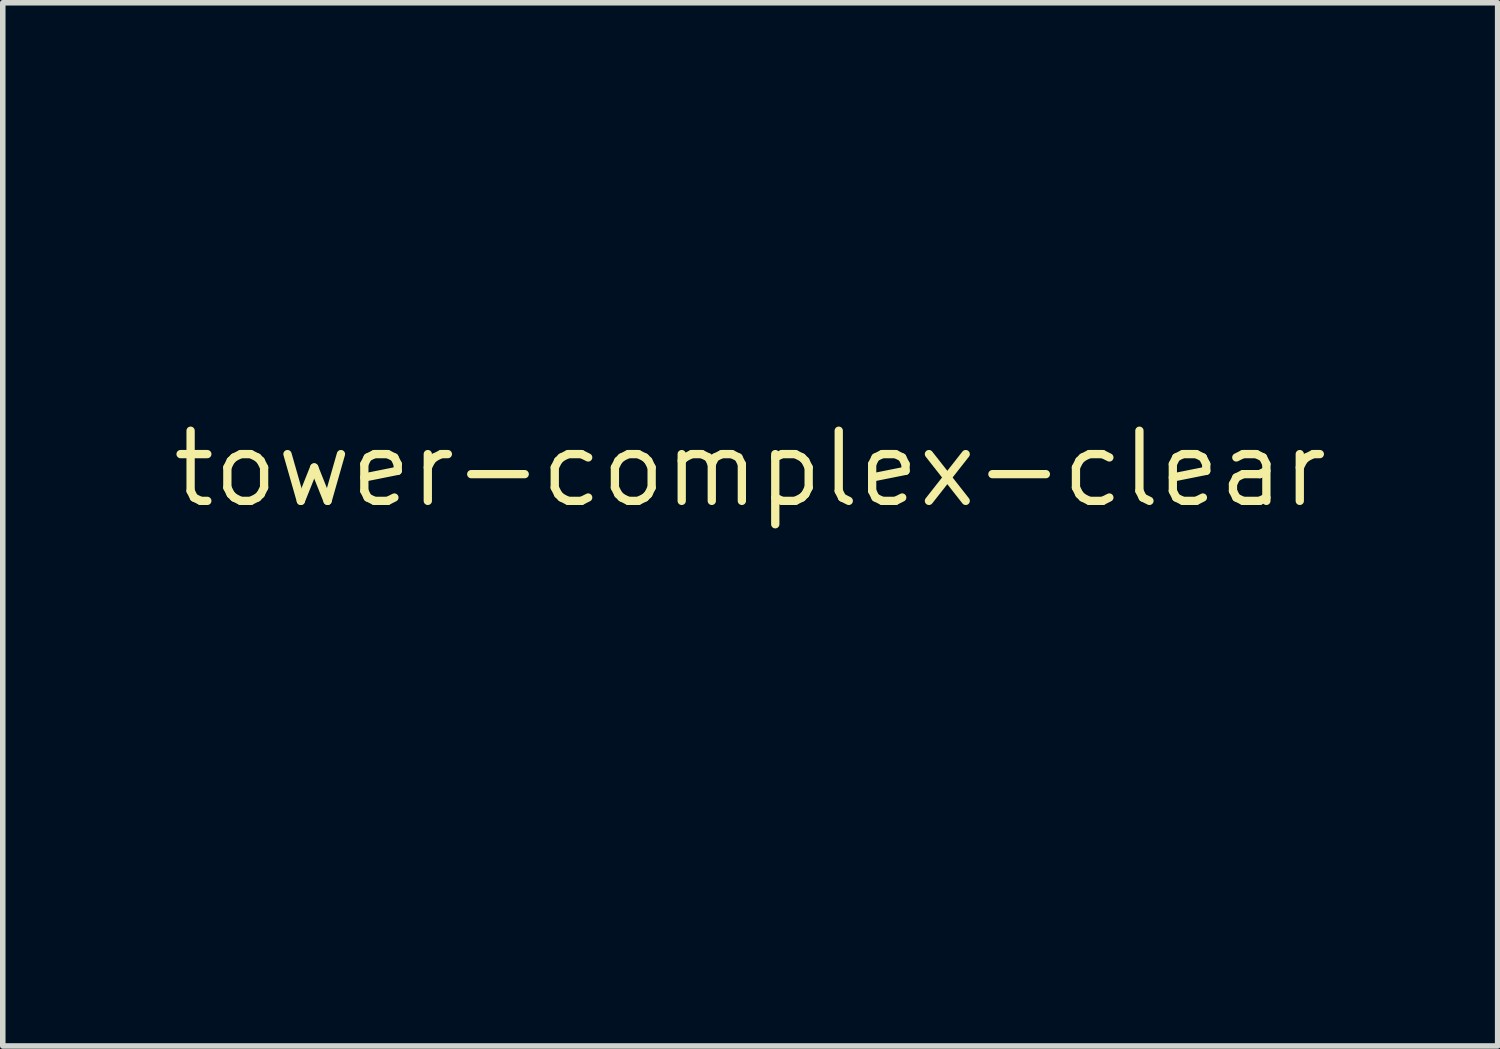
<source format=kicad_pcb>
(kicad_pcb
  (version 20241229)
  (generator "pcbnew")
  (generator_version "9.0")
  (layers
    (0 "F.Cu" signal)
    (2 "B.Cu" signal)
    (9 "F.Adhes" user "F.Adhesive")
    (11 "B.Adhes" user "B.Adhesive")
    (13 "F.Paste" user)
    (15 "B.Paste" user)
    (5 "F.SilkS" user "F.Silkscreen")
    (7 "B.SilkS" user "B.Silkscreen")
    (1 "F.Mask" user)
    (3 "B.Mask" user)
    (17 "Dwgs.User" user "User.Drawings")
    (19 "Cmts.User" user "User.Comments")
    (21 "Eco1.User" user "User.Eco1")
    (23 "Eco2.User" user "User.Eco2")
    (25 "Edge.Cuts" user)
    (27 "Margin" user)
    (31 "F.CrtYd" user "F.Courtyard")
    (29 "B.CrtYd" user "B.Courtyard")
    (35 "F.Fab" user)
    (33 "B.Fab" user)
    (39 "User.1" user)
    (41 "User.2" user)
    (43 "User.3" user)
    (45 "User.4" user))
  (footprint "tower-complex-clear"
    (layer "F.Cu")
    (at 10.53 5.437)
    (property "Reference" "tower-complex-clear" (at 0 0 0) (layer "F.SilkS") (effects (font (size 1.27 1.27) (thickness 0.15))))
    (attr through_hole)
    (fp_poly (pts (xy -5.715 6.562) (xy -6.138 6.562) (xy -6.138 4.233) (xy -5.715 4.233) (xy -5.715 6.562)) (stroke (width 0.01) (type solid)) (fill yes) (layer "F.Mask"))
    (fp_poly (pts (xy -5.016 6.562) (xy -5.44 6.562) (xy -5.44 3.598) (xy -5.016 3.598) (xy -5.016 6.562)) (stroke (width 0.01) (type solid)) (fill yes) (layer "F.Mask"))
    (fp_poly (pts (xy -7.811 6.117) (xy -6.413 6.117) (xy -6.413 6.562) (xy -8.255 6.562) (xy -8.255 3.598) (xy -7.811 3.598) (xy -7.811 6.117)) (stroke (width 0.01) (type solid)) (fill yes) (layer "F.Mask"))
    (fp_poly (pts (xy -1.594 -4.048) (xy -1.547 -3.997) (xy -1.525 -3.922) (xy -1.524 -3.906) (xy -1.543 -3.839) (xy -1.591 -3.786) (xy -1.658 -3.754) (xy -1.73 -3.75) (xy -1.781 -3.768) (xy -1.828 -3.817) (xy -1.85 -3.887) (xy -1.844 -3.959) (xy -1.838 -3.972) (xy -1.788 -4.037) (xy -1.725 -4.07) (xy -1.657 -4.073) (xy -1.594 -4.048)) (stroke (width 0.01) (type solid)) (fill yes) (layer "F.Mask"))
    (fp_poly (pts (xy -0.645 -5.111) (xy -0.621 -5.093) (xy -0.58 -5.047) (xy -0.564 -4.992) (xy -0.562 -4.953) (xy -0.569 -4.885) (xy -0.596 -4.837) (xy -0.621 -4.813) (xy -0.698 -4.771) (xy -0.781 -4.767) (xy -0.836 -4.788) (xy -0.899 -4.841) (xy -0.927 -4.912) (xy -0.93 -4.953) (xy -0.912 -5.037) (xy -0.866 -5.099) (xy -0.799 -5.135) (xy -0.723 -5.141) (xy -0.645 -5.111)) (stroke (width 0.01) (type solid)) (fill yes) (layer "F.Mask"))
    (fp_poly (pts (xy -0.672 -0.49) (xy -0.567 -0.448) (xy -0.493 -0.389) (xy -0.432 -0.297) (xy -0.405 -0.192) (xy -0.408 -0.085) (xy -0.441 0.016) (xy -0.503 0.102) (xy -0.583 0.158) (xy -0.673 0.184) (xy -0.776 0.189) (xy -0.872 0.173) (xy -0.923 0.15) (xy -1.013 0.074) (xy -1.071 -0.022) (xy -1.095 -0.128) (xy -1.085 -0.236) (xy -1.039 -0.337) (xy -0.99 -0.396) (xy -0.892 -0.464) (xy -0.783 -0.495) (xy -0.672 -0.49)) (stroke (width 0.01) (type solid)) (fill yes) (layer "F.Mask"))
    (fp_poly (pts (xy -5.85 3.463) (xy -5.802 3.473) (xy -5.766 3.497) (xy -5.734 3.53) (xy -5.692 3.589) (xy -5.675 3.652) (xy -5.673 3.696) (xy -5.678 3.764) (xy -5.7 3.814) (xy -5.745 3.865) (xy -5.797 3.911) (xy -5.847 3.932) (xy -5.915 3.937) (xy -5.919 3.937) (xy -6.021 3.924) (xy -6.089 3.896) (xy -6.154 3.834) (xy -6.187 3.754) (xy -6.189 3.665) (xy -6.158 3.578) (xy -6.113 3.521) (xy -6.072 3.486) (xy -6.028 3.468) (xy -5.967 3.461) (xy -5.924 3.461) (xy -5.85 3.463)) (stroke (width 0.01) (type solid)) (fill yes) (layer "F.Mask"))
    (fp_poly (pts (xy -3.733 -0.989) (xy -3.609 -0.957) (xy -3.495 -0.898) (xy -3.397 -0.813) (xy -3.322 -0.705) (xy -3.274 -0.575) (xy -3.26 -0.446) (xy -3.279 -0.291) (xy -3.331 -0.157) (xy -3.415 -0.046) (xy -3.524 0.037) (xy -3.656 0.088) (xy -3.799 0.103) (xy -3.876 0.1) (xy -3.94 0.095) (xy -3.969 0.091) (xy -4.01 0.074) (xy -4.069 0.041) (xy -4.108 0.017) (xy -4.221 -0.082) (xy -4.301 -0.202) (xy -4.346 -0.334) (xy -4.356 -0.473) (xy -4.329 -0.611) (xy -4.265 -0.743) (xy -4.221 -0.801) (xy -4.112 -0.9) (xy -3.99 -0.963) (xy -3.862 -0.992) (xy -3.733 -0.989)) (stroke (width 0.01) (type solid)) (fill yes) (layer "F.Mask"))
    (fp_poly (pts (xy 2.397 -2.218) (xy 2.527 -2.167) (xy 2.641 -2.085) (xy 2.732 -1.978) (xy 2.792 -1.848) (xy 2.796 -1.833) (xy 2.81 -1.739) (xy 2.808 -1.631) (xy 2.793 -1.526) (xy 2.765 -1.445) (xy 2.679 -1.321) (xy 2.568 -1.226) (xy 2.438 -1.162) (xy 2.298 -1.132) (xy 2.153 -1.141) (xy 2.113 -1.15) (xy 2.045 -1.173) (xy 1.99 -1.198) (xy 1.975 -1.207) (xy 1.853 -1.317) (xy 1.771 -1.434) (xy 1.726 -1.563) (xy 1.715 -1.683) (xy 1.735 -1.831) (xy 1.792 -1.965) (xy 1.881 -2.079) (xy 1.999 -2.167) (xy 2.115 -2.216) (xy 2.257 -2.236) (xy 2.397 -2.218)) (stroke (width 0.01) (type solid)) (fill yes) (layer "F.Mask"))
    (fp_poly (pts (xy -0.95 4.234) (xy -0.872 4.239) (xy -0.823 4.252) (xy -0.797 4.279) (xy -0.785 4.326) (xy -0.783 4.396) (xy -0.783 4.444) (xy -0.783 4.628) (xy -0.958 4.619) (xy -1.06 4.617) (xy -1.138 4.623) (xy -1.21 4.641) (xy -1.254 4.656) (xy -1.379 4.723) (xy -1.495 4.82) (xy -1.591 4.938) (xy -1.631 5.006) (xy -1.645 5.035) (xy -1.656 5.063) (xy -1.665 5.095) (xy -1.672 5.134) (xy -1.677 5.188) (xy -1.681 5.259) (xy -1.683 5.352) (xy -1.685 5.474) (xy -1.687 5.627) (xy -1.689 5.818) (xy -1.689 5.837) (xy -1.695 6.562) (xy -2.117 6.562) (xy -2.117 4.276) (xy -1.693 4.276) (xy -1.693 4.512) (xy -1.586 4.416) (xy -1.468 4.328) (xy -1.342 4.27) (xy -1.197 4.24) (xy -1.063 4.234) (xy -0.95 4.234)) (stroke (width 0.01) (type solid)) (fill yes) (layer "F.Mask"))
    (fp_poly (pts (xy -3.414 4.246) (xy -3.193 4.287) (xy -2.991 4.362) (xy -2.811 4.467) (xy -2.655 4.601) (xy -2.528 4.762) (xy -2.432 4.948) (xy -2.379 5.114) (xy -2.353 5.299) (xy -2.353 5.496) (xy -2.38 5.692) (xy -2.431 5.876) (xy -2.505 6.036) (xy -2.507 6.038) (xy -2.612 6.179) (xy -2.751 6.31) (xy -2.913 6.422) (xy -3.089 6.509) (xy -3.217 6.552) (xy -3.367 6.58) (xy -3.537 6.593) (xy -3.707 6.59) (xy -3.851 6.573) (xy -4.061 6.514) (xy -4.253 6.421) (xy -4.422 6.299) (xy -4.566 6.151) (xy -4.678 5.982) (xy -4.756 5.794) (xy -4.772 5.734) (xy -4.793 5.609) (xy -4.802 5.465) (xy -4.802 5.458) (xy -4.378 5.458) (xy -4.353 5.628) (xy -4.294 5.785) (xy -4.204 5.924) (xy -4.085 6.04) (xy -3.939 6.129) (xy -3.839 6.167) (xy -3.711 6.193) (xy -3.566 6.2) (xy -3.421 6.189) (xy -3.296 6.161) (xy -3.294 6.16) (xy -3.132 6.084) (xy -2.997 5.977) (xy -2.891 5.843) (xy -2.818 5.687) (xy -2.805 5.642) (xy -2.777 5.459) (xy -2.785 5.281) (xy -2.828 5.115) (xy -2.902 4.965) (xy -3.006 4.837) (xy -3.137 4.735) (xy -3.257 4.677) (xy -3.433 4.63) (xy -3.61 4.62) (xy -3.78 4.643) (xy -3.939 4.698) (xy -4.08 4.783) (xy -4.199 4.895) (xy -4.29 5.032) (xy -4.32 5.099) (xy -4.368 5.281) (xy -4.378 5.458) (xy -4.802 5.458) (xy -4.801 5.317) (xy -4.79 5.181) (xy -4.773 5.095) (xy -4.699 4.89) (xy -4.592 4.71) (xy -4.454 4.556) (xy -4.288 4.429) (xy -4.096 4.333) (xy -3.882 4.269) (xy -3.651 4.24) (xy -3.414 4.246)) (stroke (width 0.01) (type solid)) (fill yes) (layer "F.Mask"))
    (fp_poly (pts (xy 1.503 6.562) (xy 1.079 6.562) (xy 1.079 6.281) (xy 0.983 6.37) (xy 0.913 6.427) (xy 0.838 6.477) (xy 0.796 6.5) (xy 0.644 6.55) (xy 0.469 6.581) (xy 0.284 6.591) (xy 0.148 6.583) (xy -0.08 6.54) (xy -0.282 6.463) (xy -0.459 6.353) (xy -0.586 6.237) (xy -0.709 6.074) (xy -0.799 5.891) (xy -0.858 5.693) (xy -0.885 5.487) (xy -0.882 5.379) (xy -0.451 5.379) (xy -0.442 5.552) (xy -0.402 5.718) (xy -0.332 5.869) (xy -0.233 5.999) (xy -0.16 6.064) (xy -0.04 6.133) (xy 0.105 6.179) (xy 0.263 6.201) (xy 0.422 6.199) (xy 0.571 6.169) (xy 0.601 6.158) (xy 0.715 6.1) (xy 0.826 6.015) (xy 0.921 5.916) (xy 0.983 5.822) (xy 1.037 5.682) (xy 1.069 5.523) (xy 1.076 5.364) (xy 1.073 5.326) (xy 1.038 5.139) (xy 0.969 4.978) (xy 0.868 4.843) (xy 0.734 4.736) (xy 0.661 4.694) (xy 0.59 4.661) (xy 0.532 4.641) (xy 0.472 4.63) (xy 0.395 4.626) (xy 0.318 4.626) (xy 0.216 4.628) (xy 0.142 4.634) (xy 0.082 4.648) (xy 0.022 4.673) (xy -0.005 4.685) (xy -0.143 4.772) (xy -0.263 4.886) (xy -0.355 5.017) (xy -0.368 5.043) (xy -0.427 5.207) (xy -0.451 5.379) (xy -0.882 5.379) (xy -0.88 5.279) (xy -0.843 5.075) (xy -0.775 4.882) (xy -0.675 4.705) (xy -0.556 4.563) (xy -0.396 4.434) (xy -0.21 4.335) (xy -0.001 4.269) (xy 0.226 4.237) (xy 0.322 4.234) (xy 0.53 4.247) (xy 0.709 4.287) (xy 0.862 4.356) (xy 0.984 4.447) (xy 1.079 4.535) (xy 1.079 3.598) (xy 1.503 3.598) (xy 1.503 6.562)) (stroke (width 0.01) (type solid)) (fill yes) (layer "F.Mask"))
    (fp_poly (pts (xy 3.225 4.261) (xy 3.392 4.3) (xy 3.535 4.362) (xy 3.661 4.449) (xy 3.701 4.484) (xy 3.768 4.547) (xy 3.768 4.276) (xy 4.191 4.276) (xy 4.191 6.562) (xy 3.768 6.562) (xy 3.768 6.262) (xy 3.716 6.324) (xy 3.624 6.404) (xy 3.5 6.473) (xy 3.351 6.529) (xy 3.185 6.568) (xy 3.011 6.589) (xy 2.837 6.59) (xy 2.752 6.581) (xy 2.537 6.533) (xy 2.339 6.45) (xy 2.161 6.334) (xy 2.009 6.19) (xy 1.887 6.02) (xy 1.845 5.939) (xy 1.777 5.754) (xy 1.742 5.552) (xy 1.738 5.458) (xy 2.165 5.458) (xy 2.191 5.622) (xy 2.249 5.777) (xy 2.338 5.918) (xy 2.362 5.946) (xy 2.471 6.052) (xy 2.58 6.126) (xy 2.701 6.172) (xy 2.842 6.193) (xy 2.985 6.195) (xy 3.091 6.19) (xy 3.17 6.179) (xy 3.236 6.161) (xy 3.305 6.132) (xy 3.307 6.131) (xy 3.44 6.049) (xy 3.558 5.942) (xy 3.649 5.821) (xy 3.668 5.786) (xy 3.707 5.701) (xy 3.731 5.625) (xy 3.744 5.543) (xy 3.749 5.439) (xy 3.749 5.397) (xy 3.734 5.227) (xy 3.688 5.079) (xy 3.608 4.945) (xy 3.553 4.879) (xy 3.417 4.761) (xy 3.262 4.677) (xy 3.094 4.628) (xy 2.92 4.615) (xy 2.745 4.638) (xy 2.577 4.699) (xy 2.486 4.751) (xy 2.364 4.855) (xy 2.271 4.984) (xy 2.206 5.132) (xy 2.17 5.292) (xy 2.165 5.458) (xy 1.738 5.458) (xy 1.736 5.412) (xy 1.753 5.185) (xy 1.804 4.981) (xy 1.892 4.797) (xy 2.016 4.63) (xy 2.072 4.572) (xy 2.236 4.436) (xy 2.415 4.336) (xy 2.611 4.271) (xy 2.829 4.241) (xy 3.027 4.241) (xy 3.225 4.261)) (stroke (width 0.01) (type solid)) (fill yes) (layer "F.Mask"))
    (fp_poly (pts (xy 5.798 4.25) (xy 5.975 4.295) (xy 6.134 4.367) (xy 6.268 4.466) (xy 6.35 4.544) (xy 6.35 4.276) (xy 6.773 4.276) (xy 6.773 5.416) (xy 6.773 5.664) (xy 6.772 5.893) (xy 6.77 6.099) (xy 6.767 6.278) (xy 6.764 6.429) (xy 6.76 6.546) (xy 6.756 6.628) (xy 6.752 6.668) (xy 6.697 6.849) (xy 6.605 7.01) (xy 6.48 7.151) (xy 6.322 7.268) (xy 6.135 7.359) (xy 6.01 7.4) (xy 5.927 7.416) (xy 5.814 7.429) (xy 5.684 7.437) (xy 5.549 7.442) (xy 5.423 7.441) (xy 5.319 7.434) (xy 5.276 7.429) (xy 5.065 7.377) (xy 4.885 7.302) (xy 4.735 7.206) (xy 4.619 7.092) (xy 4.539 6.959) (xy 4.496 6.811) (xy 4.494 6.793) (xy 4.481 6.689) (xy 4.905 6.689) (xy 4.919 6.756) (xy 4.953 6.83) (xy 5.019 6.903) (xy 5.108 6.966) (xy 5.21 7.012) (xy 5.211 7.012) (xy 5.392 7.053) (xy 5.573 7.066) (xy 5.747 7.05) (xy 5.908 7.01) (xy 6.052 6.945) (xy 6.171 6.858) (xy 6.261 6.75) (xy 6.297 6.682) (xy 6.315 6.622) (xy 6.331 6.536) (xy 6.342 6.442) (xy 6.343 6.428) (xy 6.356 6.255) (xy 6.295 6.31) (xy 6.166 6.41) (xy 6.029 6.48) (xy 5.873 6.524) (xy 5.692 6.544) (xy 5.588 6.546) (xy 5.346 6.528) (xy 5.126 6.477) (xy 4.93 6.394) (xy 4.761 6.279) (xy 4.619 6.135) (xy 4.507 5.961) (xy 4.502 5.951) (xy 4.442 5.814) (xy 4.405 5.682) (xy 4.387 5.539) (xy 4.385 5.373) (xy 4.386 5.349) (xy 4.812 5.349) (xy 4.816 5.526) (xy 4.856 5.688) (xy 4.929 5.831) (xy 5.029 5.953) (xy 5.153 6.05) (xy 5.297 6.12) (xy 5.456 6.16) (xy 5.626 6.167) (xy 5.803 6.137) (xy 5.883 6.111) (xy 6.014 6.041) (xy 6.127 5.938) (xy 6.219 5.808) (xy 6.287 5.658) (xy 6.327 5.495) (xy 6.337 5.324) (xy 6.327 5.225) (xy 6.282 5.052) (xy 6.208 4.908) (xy 6.103 4.792) (xy 5.966 4.701) (xy 5.953 4.695) (xy 5.884 4.662) (xy 5.827 4.642) (xy 5.769 4.631) (xy 5.695 4.626) (xy 5.599 4.625) (xy 5.498 4.626) (xy 5.425 4.631) (xy 5.367 4.643) (xy 5.31 4.664) (xy 5.246 4.694) (xy 5.098 4.79) (xy 4.977 4.915) (xy 4.886 5.066) (xy 4.829 5.236) (xy 4.812 5.349) (xy 4.386 5.349) (xy 4.386 5.346) (xy 4.412 5.125) (xy 4.469 4.929) (xy 4.56 4.752) (xy 4.688 4.591) (xy 4.732 4.546) (xy 4.877 4.431) (xy 5.044 4.343) (xy 5.226 4.28) (xy 5.417 4.243) (xy 5.61 4.233) (xy 5.798 4.25)) (stroke (width 0.01) (type solid)) (fill yes) (layer "F.Mask"))
    (fp_poly (pts (xy -0.198 -5.402) (xy 0.204 -5.334) (xy 0.601 -5.228) (xy 0.989 -5.084) (xy 1.368 -4.903) (xy 1.733 -4.683) (xy 1.952 -4.527) (xy 2.064 -4.436) (xy 2.192 -4.321) (xy 2.33 -4.19) (xy 2.467 -4.052) (xy 2.595 -3.916) (xy 2.705 -3.791) (xy 2.77 -3.709) (xy 3.009 -3.36) (xy 3.213 -2.991) (xy 3.381 -2.607) (xy 3.513 -2.21) (xy 3.608 -1.805) (xy 3.663 -1.396) (xy 3.678 -0.986) (xy 3.666 -0.712) (xy 3.61 -0.278) (xy 3.516 0.143) (xy 3.384 0.547) (xy 3.216 0.932) (xy 3.015 1.298) (xy 2.78 1.641) (xy 2.514 1.96) (xy 2.218 2.253) (xy 1.893 2.518) (xy 1.542 2.753) (xy 1.164 2.956) (xy 0.857 3.089) (xy 0.766 3.124) (xy 0.686 3.152) (xy 0.629 3.17) (xy 0.605 3.175) (xy 0.59 3.169) (xy 0.58 3.147) (xy 0.574 3.101) (xy 0.572 3.025) (xy 0.572 2.953) (xy 0.572 2.731) (xy -0.318 2.731) (xy -0.318 3.154) (xy -1.164 3.154) (xy -1.164 2.731) (xy -2.074 2.731) (xy -2.074 2.953) (xy -2.076 3.044) (xy -2.08 3.117) (xy -2.085 3.163) (xy -2.09 3.174) (xy -2.116 3.167) (xy -2.171 3.147) (xy -2.247 3.118) (xy -2.297 3.099) (xy -2.697 2.921) (xy -3.072 2.71) (xy -3.315 2.54) (xy -2.225 2.54) (xy -1.164 2.54) (xy -1.164 2.486) (xy -1.145 2.394) (xy -1.093 2.302) (xy -1.017 2.219) (xy -0.924 2.158) (xy -0.905 2.149) (xy -0.782 2.119) (xy -0.66 2.126) (xy -0.548 2.169) (xy -0.451 2.242) (xy -0.376 2.343) (xy -0.33 2.467) (xy -0.329 2.471) (xy -0.314 2.54) (xy 0.203 2.54) (xy 0.346 2.539) (xy 0.473 2.538) (xy 0.58 2.535) (xy 0.66 2.531) (xy 0.708 2.527) (xy 0.719 2.524) (xy 0.707 2.498) (xy 0.678 2.456) (xy 0.677 2.455) (xy 0.661 2.43) (xy 0.65 2.399) (xy 0.642 2.353) (xy 0.639 2.305) (xy 0.983 2.305) (xy 0.989 2.338) (xy 0.996 2.351) (xy 1.023 2.381) (xy 1.065 2.388) (xy 1.126 2.372) (xy 1.21 2.33) (xy 1.304 2.274) (xy 1.423 2.195) (xy 1.537 2.115) (xy 1.641 2.036) (xy 1.727 1.964) (xy 1.792 1.903) (xy 1.828 1.858) (xy 1.833 1.847) (xy 1.831 1.79) (xy 1.798 1.748) (xy 1.753 1.736) (xy 1.72 1.748) (xy 1.664 1.783) (xy 1.594 1.833) (xy 1.55 1.868) (xy 1.456 1.941) (xy 1.344 2.022) (xy 1.234 2.097) (xy 1.192 2.124) (xy 1.096 2.187) (xy 1.031 2.235) (xy 0.995 2.273) (xy 0.983 2.305) (xy 0.639 2.305) (xy 0.638 2.286) (xy 0.636 2.19) (xy 0.635 2.092) (xy 0.635 1.781) (xy 0.394 1.503) (xy -1.88 1.503) (xy -2.137 1.789) (xy -2.137 2.103) (xy -2.138 2.227) (xy -2.14 2.316) (xy -2.145 2.378) (xy -2.153 2.422) (xy -2.166 2.453) (xy -2.182 2.479) (xy -2.225 2.54) (xy -3.315 2.54) (xy -3.423 2.464) (xy -3.75 2.184) (xy -3.928 2.007) (xy -4.141 1.76) (xy -3.439 1.76) (xy -3.42 1.79) (xy -3.378 1.835) (xy -3.342 1.87) (xy -3.222 1.978) (xy -3.089 2.084) (xy -2.933 2.193) (xy -2.807 2.274) (xy -2.7 2.337) (xy -2.621 2.375) (xy -2.564 2.389) (xy -2.525 2.378) (xy -2.497 2.346) (xy -2.493 2.336) (xy -2.483 2.313) (xy -2.48 2.292) (xy -2.49 2.271) (xy -2.515 2.245) (xy -2.561 2.21) (xy -2.631 2.162) (xy -2.73 2.097) (xy -2.794 2.055) (xy -2.899 1.984) (xy -3.01 1.905) (xy -3.111 1.828) (xy -3.171 1.78) (xy -3.241 1.724) (xy -3.302 1.681) (xy -3.346 1.658) (xy -3.359 1.655) (xy -3.395 1.677) (xy -3.424 1.71) (xy -3.439 1.737) (xy -3.439 1.76) (xy -4.141 1.76) (xy -4.206 1.686) (xy -4.448 1.345) (xy -4.654 0.988) (xy -4.694 0.9) (xy -4.128 0.9) (xy -4.116 0.928) (xy -4.087 0.98) (xy -4.046 1.049) (xy -3.998 1.125) (xy -3.95 1.198) (xy -3.908 1.259) (xy -3.878 1.296) (xy -3.826 1.33) (xy -3.769 1.323) (xy -3.737 1.3) (xy -3.711 1.266) (xy -3.704 1.248) (xy -3.716 1.217) (xy -3.748 1.163) (xy -3.793 1.092) (xy -3.846 1.015) (xy -3.9 0.939) (xy -3.95 0.875) (xy -3.988 0.83) (xy -4.007 0.814) (xy -4.051 0.818) (xy -4.096 0.846) (xy -4.125 0.885) (xy -4.128 0.9) (xy -4.694 0.9) (xy -4.824 0.617) (xy -4.957 0.234) (xy -5.054 -0.156) (xy -5.088 -0.377) (xy -4.543 -0.377) (xy -4.512 -0.219) (xy -4.445 -0.071) (xy -4.344 0.061) (xy -4.211 0.172) (xy -4.144 0.212) (xy -4.058 0.253) (xy -3.98 0.277) (xy -3.888 0.289) (xy -3.849 0.292) (xy -3.761 0.294) (xy -3.681 0.29) (xy -3.625 0.28) (xy -3.622 0.279) (xy -3.589 0.269) (xy -3.565 0.272) (xy -3.541 0.294) (xy -3.511 0.342) (xy -3.479 0.398) (xy -3.307 0.681) (xy -3.119 0.93) (xy -2.909 1.155) (xy -2.669 1.364) (xy -2.596 1.42) (xy -2.505 1.486) (xy -2.439 1.526) (xy -2.391 1.542) (xy -2.355 1.537) (xy -2.333 1.52) (xy -2.306 1.477) (xy -2.312 1.435) (xy 0.837 1.435) (xy 0.841 1.475) (xy 0.871 1.516) (xy 0.914 1.542) (xy 0.933 1.545) (xy 0.966 1.533) (xy 1.021 1.499) (xy 1.09 1.45) (xy 1.126 1.422) (xy 1.289 1.278) (xy 2.164 1.278) (xy 2.167 1.309) (xy 2.187 1.337) (xy 2.192 1.343) (xy 2.239 1.372) (xy 2.285 1.364) (xy 2.334 1.323) (xy 2.376 1.271) (xy 2.427 1.197) (xy 2.483 1.11) (xy 2.537 1.019) (xy 2.586 0.933) (xy 2.623 0.86) (xy 2.643 0.809) (xy 2.646 0.795) (xy 2.629 0.744) (xy 2.587 0.712) (xy 2.535 0.71) (xy 2.532 0.711) (xy 2.503 0.736) (xy 2.466 0.785) (xy 2.442 0.822) (xy 2.404 0.886) (xy 2.35 0.969) (xy 2.292 1.057) (xy 2.272 1.086) (xy 2.214 1.174) (xy 2.179 1.235) (xy 2.164 1.278) (xy 1.289 1.278) (xy 1.355 1.22) (xy 1.567 0.996) (xy 1.753 0.758) (xy 1.907 0.516) (xy 1.933 0.468) (xy 1.977 0.383) (xy 2.004 0.326) (xy 2.015 0.288) (xy 2.013 0.262) (xy 2 0.238) (xy 1.998 0.235) (xy 1.955 0.197) (xy 1.908 0.2) (xy 1.856 0.244) (xy 1.806 0.318) (xy 1.655 0.564) (xy 1.506 0.776) (xy 1.352 0.961) (xy 1.187 1.127) (xy 1.019 1.269) (xy 0.946 1.328) (xy 0.886 1.381) (xy 0.847 1.42) (xy 0.837 1.435) (xy -2.312 1.435) (xy -2.313 1.43) (xy -2.354 1.376) (xy -2.433 1.311) (xy -2.45 1.299) (xy -2.695 1.101) (xy -1.693 1.101) (xy -1.693 1.312) (xy 0.212 1.312) (xy 0.212 1.101) (xy -1.693 1.101) (xy -2.695 1.101) (xy -2.695 1.1) (xy -2.923 0.867) (xy -3.056 0.699) (xy -1.693 0.699) (xy -1.693 0.91) (xy 0.212 0.91) (xy 0.212 0.699) (xy -1.693 0.699) (xy -3.056 0.699) (xy -3.128 0.607) (xy -3.201 0.492) (xy -1.774 0.492) (xy -1.755 0.495) (xy -1.698 0.498) (xy -1.606 0.501) (xy -1.484 0.503) (xy -1.336 0.505) (xy -1.166 0.507) (xy -0.978 0.508) (xy -0.775 0.508) (xy -0.753 0.508) (xy -0.549 0.508) (xy -0.358 0.507) (xy -0.185 0.506) (xy -0.034 0.505) (xy 0.092 0.503) (xy 0.188 0.501) (xy 0.251 0.499) (xy 0.275 0.497) (xy 0.275 0.497) (xy 0.266 0.474) (xy 0.243 0.424) (xy 0.212 0.36) (xy 0.148 0.234) (xy 0.148 -0.154) (xy 0.572 -0.154) (xy 0.573 -0.032) (xy 0.577 0.054) (xy 0.585 0.113) (xy 0.597 0.152) (xy 0.604 0.165) (xy 0.641 0.203) (xy 0.68 0.207) (xy 0.721 0.19) (xy 0.739 0.176) (xy 0.751 0.154) (xy 0.758 0.114) (xy 0.761 0.049) (xy 0.762 -0.049) (xy 0.762 -0.075) (xy 0.762 -0.318) (xy 1.882 -0.318) (xy 2.131 -0.318) (xy 2.356 -0.319) (xy 2.555 -0.321) (xy 2.725 -0.323) (xy 2.863 -0.326) (xy 2.966 -0.33) (xy 3.033 -0.334) (xy 3.057 -0.338) (xy 3.1 -0.373) (xy 3.112 -0.425) (xy 3.092 -0.476) (xy 3.086 -0.483) (xy 3.07 -0.488) (xy 3.031 -0.493) (xy 2.968 -0.497) (xy 2.878 -0.501) (xy 2.759 -0.503) (xy 2.607 -0.505) (xy 2.422 -0.507) (xy 2.2 -0.508) (xy 1.939 -0.508) (xy 1.838 -0.508) (xy 1.58 -0.508) (xy 1.361 -0.508) (xy 1.177 -0.507) (xy 1.026 -0.507) (xy 0.905 -0.505) (xy 0.809 -0.503) (xy 0.736 -0.501) (xy 0.683 -0.497) (xy 0.645 -0.493) (xy 0.621 -0.488) (xy 0.606 -0.481) (xy 0.598 -0.474) (xy 0.593 -0.467) (xy 0.585 -0.431) (xy 0.578 -0.362) (xy 0.573 -0.27) (xy 0.572 -0.165) (xy 0.572 -0.154) (xy 0.148 -0.154) (xy 0.148 -0.665) (xy -0.04 -0.983) (xy -0.111 -1.106) (xy -0.164 -1.201) (xy -0.202 -1.279) (xy -0.23 -1.348) (xy -0.252 -1.417) (xy -0.271 -1.495) (xy -0.273 -1.503) (xy -0.281 -1.553) (xy -0.294 -1.64) (xy -0.302 -1.694) (xy 0.151 -1.694) (xy 0.162 -1.644) (xy 0.181 -1.621) (xy 0.196 -1.611) (xy 0.22 -1.604) (xy 0.259 -1.598) (xy 0.317 -1.594) (xy 0.398 -1.591) (xy 0.508 -1.589) (xy 0.65 -1.588) (xy 0.83 -1.588) (xy 0.866 -1.587) (xy 1.517 -1.587) (xy 1.544 -1.498) (xy 1.613 -1.334) (xy 1.713 -1.193) (xy 1.838 -1.079) (xy 1.984 -0.997) (xy 2.136 -0.953) (xy 2.196 -0.942) (xy 2.237 -0.935) (xy 2.245 -0.934) (xy 2.271 -0.936) (xy 2.325 -0.944) (xy 2.382 -0.954) (xy 2.547 -1.002) (xy 2.689 -1.083) (xy 2.8 -1.183) (xy 2.889 -1.29) (xy 2.947 -1.393) (xy 2.98 -1.507) (xy 2.993 -1.644) (xy 2.994 -1.683) (xy 2.993 -1.782) (xy 2.986 -1.853) (xy 2.971 -1.912) (xy 2.946 -1.973) (xy 2.938 -1.99) (xy 2.848 -2.131) (xy 2.731 -2.25) (xy 2.594 -2.342) (xy 2.445 -2.4) (xy 2.3 -2.421) (xy 2.213 -2.42) (xy 2.128 -2.413) (xy 2.085 -2.407) (xy 2 -2.391) (xy 1.92 -2.545) (xy 1.791 -2.757) (xy 1.629 -2.971) (xy 1.441 -3.18) (xy 1.255 -3.356) (xy 2.168 -3.356) (xy 2.181 -3.298) (xy 2.222 -3.217) (xy 2.271 -3.142) (xy 2.326 -3.06) (xy 2.376 -2.982) (xy 2.412 -2.922) (xy 2.422 -2.904) (xy 2.457 -2.847) (xy 2.497 -2.795) (xy 2.534 -2.76) (xy 2.552 -2.752) (xy 2.578 -2.761) (xy 2.605 -2.774) (xy 2.635 -2.801) (xy 2.642 -2.843) (xy 2.626 -2.905) (xy 2.585 -2.99) (xy 2.538 -3.072) (xy 2.448 -3.216) (xy 2.371 -3.322) (xy 2.307 -3.389) (xy 2.256 -3.42) (xy 2.227 -3.42) (xy 2.183 -3.396) (xy 2.168 -3.356) (xy 1.255 -3.356) (xy 1.234 -3.376) (xy 1.017 -3.552) (xy 0.796 -3.701) (xy 0.629 -3.791) (xy 0.547 -3.821) (xy 0.492 -3.819) (xy 0.462 -3.783) (xy 0.455 -3.734) (xy 0.459 -3.703) (xy 0.475 -3.676) (xy 0.511 -3.647) (xy 0.574 -3.609) (xy 0.624 -3.581) (xy 0.901 -3.408) (xy 1.159 -3.201) (xy 1.391 -2.968) (xy 1.594 -2.712) (xy 1.755 -2.454) (xy 1.841 -2.294) (xy 1.781 -2.249) (xy 1.713 -2.183) (xy 1.645 -2.088) (xy 1.587 -1.98) (xy 1.552 -1.891) (xy 1.516 -1.778) (xy 0.865 -1.778) (xy 0.679 -1.778) (xy 0.531 -1.777) (xy 0.416 -1.775) (xy 0.329 -1.772) (xy 0.267 -1.768) (xy 0.226 -1.763) (xy 0.199 -1.756) (xy 0.183 -1.747) (xy 0.181 -1.745) (xy 0.151 -1.694) (xy -0.302 -1.694) (xy -0.311 -1.759) (xy -0.33 -1.907) (xy -0.353 -2.079) (xy -0.377 -2.271) (xy -0.402 -2.478) (xy -0.429 -2.695) (xy -0.456 -2.919) (xy -0.483 -3.145) (xy -0.509 -3.369) (xy -0.534 -3.586) (xy -0.558 -3.791) (xy -0.579 -3.981) (xy -0.598 -4.151) (xy -0.613 -4.297) (xy -0.625 -4.414) (xy -0.63 -4.468) (xy 0.79 -4.468) (xy 0.799 -4.42) (xy 0.805 -4.413) (xy 0.834 -4.39) (xy 0.89 -4.353) (xy 0.965 -4.31) (xy 1.005 -4.287) (xy 1.157 -4.198) (xy 1.321 -4.089) (xy 1.48 -3.975) (xy 1.609 -3.872) (xy 1.691 -3.813) (xy 1.756 -3.791) (xy 1.806 -3.806) (xy 1.816 -3.814) (xy 1.839 -3.857) (xy 1.841 -3.876) (xy 1.824 -3.915) (xy 1.775 -3.97) (xy 1.7 -4.038) (xy 1.606 -4.114) (xy 1.499 -4.194) (xy 1.383 -4.274) (xy 1.265 -4.351) (xy 1.151 -4.42) (xy 1.047 -4.477) (xy 0.959 -4.519) (xy 0.892 -4.541) (xy 0.859 -4.543) (xy 0.812 -4.514) (xy 0.79 -4.468) (xy -0.63 -4.468) (xy -0.632 -4.498) (xy -0.635 -4.544) (xy -0.635 -4.544) (xy -0.629 -4.592) (xy -0.607 -4.635) (xy -0.559 -4.686) (xy -0.537 -4.707) (xy -0.481 -4.761) (xy -0.45 -4.806) (xy -0.435 -4.858) (xy -0.429 -4.906) (xy -0.431 -5.021) (xy -0.464 -5.115) (xy -0.532 -5.198) (xy -0.541 -5.205) (xy -0.638 -5.265) (xy -0.744 -5.284) (xy -0.855 -5.261) (xy -0.874 -5.254) (xy -0.968 -5.192) (xy -1.033 -5.11) (xy -1.069 -5.014) (xy -1.074 -4.914) (xy -1.048 -4.817) (xy -0.989 -4.732) (xy -0.935 -4.688) (xy -0.9 -4.663) (xy -0.88 -4.635) (xy -0.871 -4.592) (xy -0.869 -4.522) (xy -0.869 -4.508) (xy -0.871 -4.454) (xy -0.879 -4.361) (xy -0.891 -4.236) (xy -0.906 -4.082) (xy -0.925 -3.905) (xy -0.946 -3.708) (xy -0.97 -3.497) (xy -0.996 -3.275) (xy -1.022 -3.047) (xy -1.049 -2.819) (xy -1.077 -2.594) (xy -1.103 -2.376) (xy -1.129 -2.172) (xy -1.153 -1.984) (xy -1.175 -1.818) (xy -1.195 -1.678) (xy -1.211 -1.568) (xy -1.224 -1.494) (xy -1.228 -1.471) (xy -1.25 -1.389) (xy -1.276 -1.314) (xy -1.31 -1.237) (xy -1.357 -1.147) (xy -1.422 -1.035) (xy -1.452 -0.984) (xy -1.63 -0.687) (xy -1.63 0.213) (xy -1.698 0.345) (xy -1.734 0.412) (xy -1.761 0.465) (xy -1.774 0.492) (xy -1.774 0.492) (xy -3.201 0.492) (xy -3.278 0.372) (xy -3.386 0.183) (xy -3.29 0.088) (xy -3.196 -0.023) (xy -3.123 -0.148) (xy -3.081 -0.27) (xy -3.066 -0.339) (xy -2.559 -0.339) (xy -2.4 -0.339) (xy -2.277 -0.34) (xy -2.185 -0.342) (xy -2.12 -0.345) (xy -2.075 -0.35) (xy -2.045 -0.358) (xy -2.026 -0.368) (xy -2.011 -0.381) (xy -1.982 -0.425) (xy -1.987 -0.47) (xy -1.994 -0.485) (xy -2.004 -0.497) (xy -2.022 -0.505) (xy -2.055 -0.512) (xy -2.106 -0.516) (xy -2.181 -0.519) (xy -2.284 -0.521) (xy -2.422 -0.523) (xy -2.537 -0.524) (xy -2.704 -0.526) (xy -2.833 -0.529) (xy -2.929 -0.532) (xy -2.996 -0.536) (xy -3.038 -0.542) (xy -3.061 -0.549) (xy -3.069 -0.559) (xy -3.069 -0.56) (xy -3.076 -0.596) (xy -3.095 -0.656) (xy -3.113 -0.707) (xy -3.186 -0.845) (xy -3.293 -0.969) (xy -3.426 -1.071) (xy -3.488 -1.105) (xy -3.568 -1.142) (xy -3.635 -1.163) (xy -3.706 -1.173) (xy -3.799 -1.175) (xy -3.98 -1.156) (xy -4.14 -1.101) (xy -4.279 -1.009) (xy -4.396 -0.881) (xy -4.412 -0.859) (xy -4.494 -0.703) (xy -4.538 -0.54) (xy -4.543 -0.377) (xy -5.088 -0.377) (xy -5.115 -0.553) (xy -5.14 -0.953) (xy -5.128 -1.353) (xy -5.083 -1.736) (xy -4.805 -1.736) (xy -4.804 -1.719) (xy -4.801 -1.705) (xy -4.792 -1.693) (xy -4.774 -1.683) (xy -4.745 -1.675) (xy -4.701 -1.668) (xy -4.64 -1.663) (xy -4.559 -1.659) (xy -4.454 -1.656) (xy -4.324 -1.654) (xy -4.164 -1.652) (xy -3.973 -1.651) (xy -3.747 -1.651) (xy -3.483 -1.651) (xy -3.302 -1.651) (xy -3.001 -1.651) (xy -2.74 -1.652) (xy -2.517 -1.653) (xy -2.33 -1.654) (xy -2.176 -1.656) (xy -2.053 -1.659) (xy -1.959 -1.662) (xy -1.891 -1.665) (xy -1.848 -1.67) (xy -1.827 -1.675) (xy -1.825 -1.676) (xy -1.816 -1.699) (xy -1.809 -1.751) (xy -1.804 -1.833) (xy -1.801 -1.951) (xy -1.799 -2.105) (xy -1.799 -2.206) (xy -1.799 -2.71) (xy -1.852 -2.734) (xy -1.898 -2.747) (xy -1.937 -2.729) (xy -1.947 -2.72) (xy -1.962 -2.705) (xy -1.972 -2.684) (xy -1.98 -2.653) (xy -1.985 -2.604) (xy -1.988 -2.533) (xy -1.989 -2.432) (xy -1.99 -2.298) (xy -1.99 -2.251) (xy -1.99 -1.82) (xy -3.372 -1.82) (xy -3.653 -1.82) (xy -3.894 -1.82) (xy -4.1 -1.82) (xy -4.271 -1.818) (xy -4.413 -1.817) (xy -4.527 -1.814) (xy -4.616 -1.81) (xy -4.684 -1.805) (xy -4.733 -1.799) (xy -4.767 -1.791) (xy -4.788 -1.781) (xy -4.799 -1.77) (xy -4.804 -1.756) (xy -4.805 -1.74) (xy -4.805 -1.736) (xy -5.083 -1.736) (xy -5.081 -1.751) (xy -4.997 -2.145) (xy -4.919 -2.395) (xy -3.53 -2.395) (xy -3.523 -2.373) (xy -3.505 -2.351) (xy -3.458 -2.313) (xy -3.414 -2.313) (xy -3.395 -2.323) (xy -3.374 -2.347) (xy -3.338 -2.399) (xy -3.293 -2.471) (xy -3.262 -2.523) (xy -3.069 -2.809) (xy -2.841 -3.073) (xy -2.584 -3.31) (xy -2.508 -3.369) (xy -2.441 -3.417) (xy -2.357 -3.472) (xy -2.266 -3.529) (xy -2.175 -3.584) (xy -2.092 -3.63) (xy -2.025 -3.665) (xy -1.984 -3.682) (xy -1.977 -3.683) (xy -1.945 -3.668) (xy -1.923 -3.648) (xy -1.851 -3.592) (xy -1.757 -3.564) (xy -1.652 -3.564) (xy -1.547 -3.593) (xy -1.523 -3.605) (xy -1.43 -3.674) (xy -1.369 -3.763) (xy -1.34 -3.862) (xy -1.342 -3.964) (xy -1.373 -4.063) (xy -1.432 -4.15) (xy -1.52 -4.218) (xy -1.61 -4.255) (xy -1.717 -4.263) (xy -1.821 -4.236) (xy -1.913 -4.178) (xy -1.988 -4.096) (xy -2.037 -3.996) (xy -2.053 -3.895) (xy -2.071 -3.87) (xy -2.119 -3.834) (xy -2.187 -3.793) (xy -2.207 -3.782) (xy -2.453 -3.635) (xy -2.693 -3.456) (xy -2.92 -3.254) (xy -3.127 -3.033) (xy -3.307 -2.803) (xy -3.453 -2.57) (xy -3.462 -2.552) (xy -3.502 -2.475) (xy -3.524 -2.426) (xy -3.53 -2.395) (xy -4.919 -2.395) (xy -4.877 -2.53) (xy -4.754 -2.826) (xy -4.233 -2.826) (xy -4.219 -2.767) (xy -4.183 -2.739) (xy -4.135 -2.74) (xy -4.084 -2.772) (xy -4.054 -2.811) (xy -3.95 -2.974) (xy -3.845 -3.132) (xy -3.745 -3.276) (xy -3.655 -3.398) (xy -3.6 -3.465) (xy -3.528 -3.556) (xy -3.487 -3.624) (xy -3.475 -3.673) (xy -3.492 -3.708) (xy -3.525 -3.729) (xy -3.563 -3.741) (xy -3.596 -3.732) (xy -3.64 -3.695) (xy -3.643 -3.692) (xy -3.707 -3.625) (xy -3.781 -3.537) (xy -3.861 -3.434) (xy -3.943 -3.321) (xy -4.022 -3.207) (xy -4.095 -3.096) (xy -4.156 -2.995) (xy -4.203 -2.91) (xy -4.229 -2.849) (xy -4.233 -2.826) (xy -4.754 -2.826) (xy -4.721 -2.906) (xy -4.528 -3.268) (xy -4.299 -3.615) (xy -4.035 -3.944) (xy -3.928 -4.06) (xy -3.869 -4.116) (xy -3.149 -4.116) (xy -3.146 -4.071) (xy -3.128 -4.047) (xy -3.097 -4.027) (xy -3.056 -4.026) (xy -3 -4.046) (xy -2.921 -4.088) (xy -2.833 -4.143) (xy -2.73 -4.215) (xy -2.664 -4.273) (xy -2.631 -4.321) (xy -2.63 -4.364) (xy -2.646 -4.392) (xy -2.674 -4.416) (xy -2.709 -4.422) (xy -2.756 -4.411) (xy -2.82 -4.379) (xy -2.906 -4.324) (xy -3.019 -4.245) (xy -3.043 -4.228) (xy -3.115 -4.167) (xy -3.149 -4.116) (xy -3.869 -4.116) (xy -3.617 -4.357) (xy -3.285 -4.618) (xy -2.936 -4.843) (xy -2.57 -5.032) (xy -2.192 -5.186) (xy -1.804 -5.302) (xy -1.407 -5.383) (xy -1.006 -5.426) (xy -0.602 -5.432) (xy -0.198 -5.402)) (stroke (width 0.01) (type solid)) (fill yes) (layer "F.Mask")))
  (gr_rect
    (start -3 -3)
    (end 24.06 15.884)
    (stroke (width 0.1) (type default))
    (fill no)
    (layer "Edge.Cuts")))
</source>
